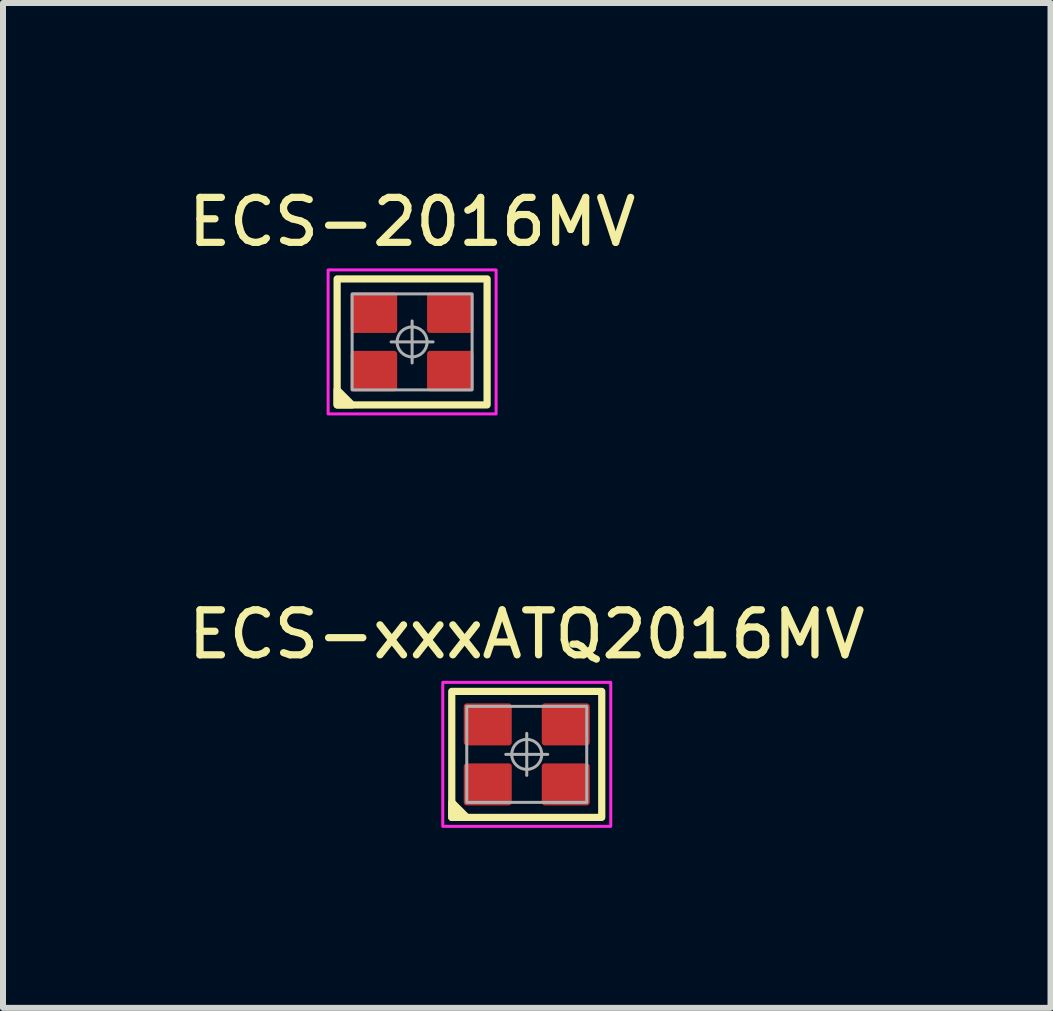
<source format=kicad_pcb>
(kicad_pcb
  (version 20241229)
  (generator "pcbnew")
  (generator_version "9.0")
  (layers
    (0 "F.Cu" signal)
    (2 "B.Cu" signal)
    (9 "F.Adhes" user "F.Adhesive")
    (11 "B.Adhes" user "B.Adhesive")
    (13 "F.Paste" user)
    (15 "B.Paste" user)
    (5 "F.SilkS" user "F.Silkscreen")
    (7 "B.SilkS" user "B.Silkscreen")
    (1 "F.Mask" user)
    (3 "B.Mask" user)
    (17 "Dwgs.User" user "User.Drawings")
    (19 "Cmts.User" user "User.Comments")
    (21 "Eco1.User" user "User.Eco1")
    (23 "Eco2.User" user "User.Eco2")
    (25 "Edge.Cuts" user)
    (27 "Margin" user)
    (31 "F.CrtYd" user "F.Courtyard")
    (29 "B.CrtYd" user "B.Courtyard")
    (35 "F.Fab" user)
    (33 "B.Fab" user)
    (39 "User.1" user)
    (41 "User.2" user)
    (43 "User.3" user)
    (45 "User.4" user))
  (footprint "ECS-xxxATQ2016MV"
    (layer "F.Cu")
    (at 5.73 9.524)
    (property "Reference" "ECS-xxxATQ2016MV" (at 0 -2 0) (unlocked yes) (layer "F.SilkS") (effects (font (size 0.75 0.75) (thickness 0.12))))
    (attr smd)
    (fp_rect (start -1.25 -1.05) (end 1.25 1.05) (stroke (width 0.12) (type solid)) (fill no) (layer "F.SilkS"))
    (fp_poly (pts (xy -1 1.05) (xy -1.25 0.8) (xy -1.25 1.05)) (stroke (width 0.12) (type solid)) (fill yes) (layer "F.SilkS"))
    (fp_rect (start -1.4 -1.2) (end 1.4 1.2) (stroke (width 0.05) (type default)) (fill no) (layer "F.CrtYd"))
    (fp_line (start 0 -0.35) (end 0 0.35) (stroke (width 0.05) (type solid)) (layer "F.Fab"))
    (fp_line (start 0.35 0) (end -0.35 0) (stroke (width 0.05) (type solid)) (layer "F.Fab"))
    (fp_rect (start -1 -0.8) (end 1 0.8) (stroke (width 0.05) (type solid)) (fill no) (layer "F.Fab"))
    (fp_circle (center 0 0) (end 0.25 0) (stroke (width 0.05) (type solid)) (fill no) (layer "F.Fab"))
    (pad "1" smd roundrect (at -0.65 0.5) (size 0.8 0.7) (layers "F.Cu" "F.Mask" "F.Paste") (roundrect_rratio 0.071))
    (pad "2" smd roundrect (at 0.65 0.5) (size 0.8 0.7) (layers "F.Cu" "F.Mask" "F.Paste") (roundrect_rratio 0.071))
    (pad "3" smd roundrect (at 0.65 -0.5) (size 0.8 0.7) (layers "F.Cu" "F.Mask" "F.Paste") (roundrect_rratio 0.071))
    (pad "4" smd roundrect (at -0.65 -0.5) (size 0.8 0.7) (layers "F.Cu" "F.Mask" "F.Paste") (roundrect_rratio 0.071)))
  (footprint "ECS-2016MV"
    (layer "F.Cu")
    (at 3.819 2.649)
    (property "Reference" "ECS-2016MV" (at 0 -2 0) (unlocked yes) (layer "F.SilkS") (effects (font (size 0.75 0.75) (thickness 0.12))))
    (attr smd)
    (fp_rect (start -1.25 -1.05) (end 1.25 1.05) (stroke (width 0.12) (type solid)) (fill no) (layer "F.SilkS"))
    (fp_poly (pts (xy -1 1.05) (xy -1.25 0.8) (xy -1.25 1.05)) (stroke (width 0.12) (type solid)) (fill yes) (layer "F.SilkS"))
    (fp_rect (start -1.4 -1.2) (end 1.4 1.2) (stroke (width 0.05) (type default)) (fill no) (layer "F.CrtYd"))
    (fp_line (start 0 -0.35) (end 0 0.35) (stroke (width 0.05) (type solid)) (layer "F.Fab"))
    (fp_line (start 0.35 0) (end -0.35 0) (stroke (width 0.05) (type solid)) (layer "F.Fab"))
    (fp_rect (start -1 -0.8) (end 1 0.8) (stroke (width 0.05) (type solid)) (fill no) (layer "F.Fab"))
    (fp_circle (center 0 0) (end 0.25 0) (stroke (width 0.05) (type solid)) (fill no) (layer "F.Fab"))
    (pad "1" smd roundrect (at -0.637 0.487) (size 0.775 0.675) (layers "F.Cu" "F.Mask" "F.Paste") (roundrect_rratio 0.074))
    (pad "2" smd roundrect (at 0.637 0.487) (size 0.775 0.675) (layers "F.Cu" "F.Mask" "F.Paste") (roundrect_rratio 0.074))
    (pad "3" smd roundrect (at 0.637 -0.487) (size 0.775 0.675) (layers "F.Cu" "F.Mask" "F.Paste") (roundrect_rratio 0.074))
    (pad "4" smd roundrect (at -0.637 -0.487) (size 0.775 0.675) (layers "F.Cu" "F.Mask" "F.Paste") (roundrect_rratio 0.074)))
  (gr_rect
    (start -3 -3)
    (end 14.46 13.749)
    (stroke (width 0.1) (type default))
    (fill no)
    (layer "Edge.Cuts")))
</source>
